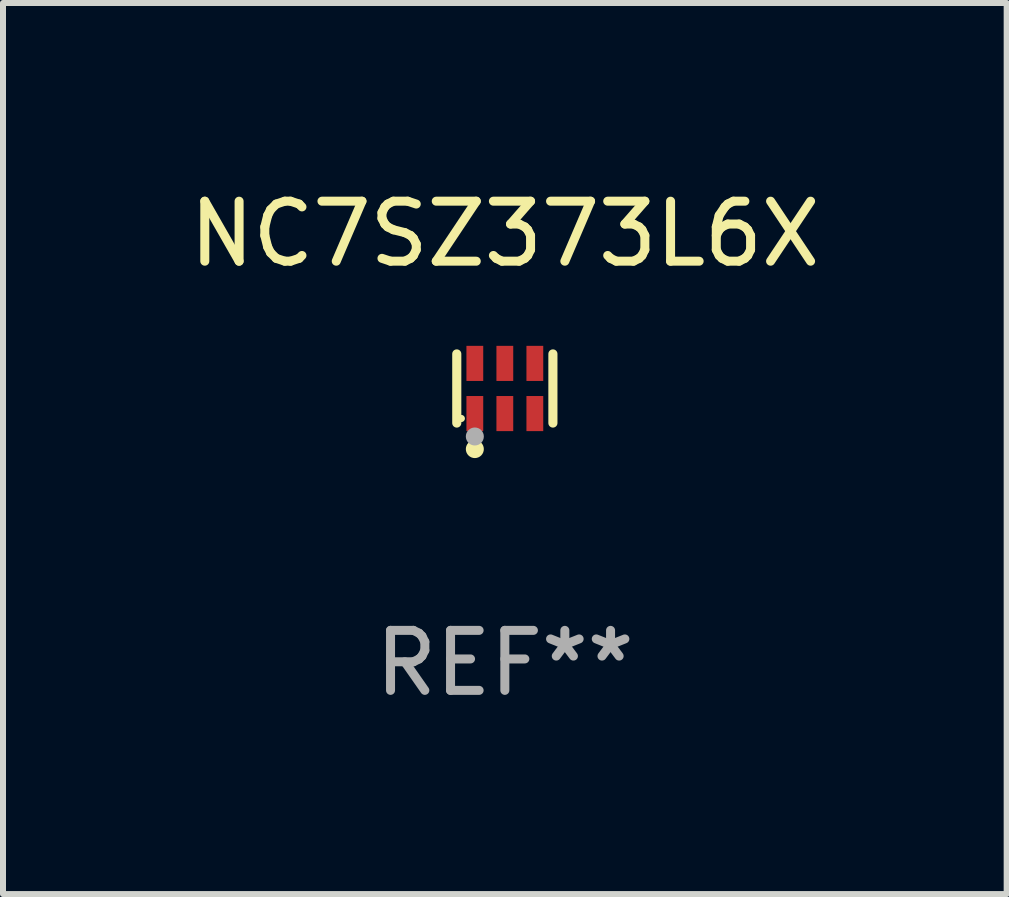
<source format=kicad_pcb>
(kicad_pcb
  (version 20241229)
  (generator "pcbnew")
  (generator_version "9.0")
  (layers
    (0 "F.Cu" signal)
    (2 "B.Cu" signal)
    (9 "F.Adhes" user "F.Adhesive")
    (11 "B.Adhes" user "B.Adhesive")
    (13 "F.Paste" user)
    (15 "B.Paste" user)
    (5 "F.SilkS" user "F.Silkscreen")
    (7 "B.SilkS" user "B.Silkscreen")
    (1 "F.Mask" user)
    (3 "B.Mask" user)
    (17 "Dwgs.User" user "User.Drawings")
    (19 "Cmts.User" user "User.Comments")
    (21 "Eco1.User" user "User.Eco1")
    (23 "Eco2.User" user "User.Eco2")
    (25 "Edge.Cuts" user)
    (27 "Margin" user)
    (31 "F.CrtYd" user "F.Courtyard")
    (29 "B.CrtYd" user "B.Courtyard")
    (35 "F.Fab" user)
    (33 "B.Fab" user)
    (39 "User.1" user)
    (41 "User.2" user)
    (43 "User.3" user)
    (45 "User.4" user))
  (footprint "NC7SZ373L6X"
    (layer "F.Cu")
    (at 5.363 3.424)
    (property "Reference" "NC7SZ373L6X" (at 0 -2.576 0) (layer "F.SilkS") (effects (font (size 1 1) (thickness 0.15))))
    (attr through_hole)
    (fp_line (start -0.801 0.576) (end -0.801 -0.576) (stroke (width 0.152) (type solid)) (layer "F.SilkS"))
    (fp_line (start 0.801 0.576) (end 0.801 -0.576) (stroke (width 0.152) (type solid)) (layer "F.SilkS"))
    (fp_circle (center -0.725 0.5) (end -0.695 0.5) (stroke (width 0.06) (type solid)) (fill no) (layer "F.SilkS"))
    (fp_circle (center -0.5 1.01) (end -0.425 1.01) (stroke (width 0.15) (type solid)) (fill no) (layer "F.SilkS"))
    (fp_circle (center -0.5 0.8) (end -0.425 0.8) (stroke (width 0.15) (type solid)) (fill no) (layer "F.Fab"))
    (fp_text user "REF**" (at 0 4.576 0) (layer "F.Fab") (effects (font (size 1 1) (thickness 0.15))))
    (pad "1" smd rect (at -0.5 0.418) (size 0.28 0.585) (layers "F.Cu" "F.Mask" "F.Paste"))
    (pad "2" smd rect (at 0 0.418) (size 0.28 0.585) (layers "F.Cu" "F.Mask" "F.Paste"))
    (pad "3" smd rect (at 0.5 0.418) (size 0.28 0.585) (layers "F.Cu" "F.Mask" "F.Paste"))
    (pad "4" smd rect (at 0.5 -0.418) (size 0.28 0.585) (layers "F.Cu" "F.Mask" "F.Paste"))
    (pad "5" smd rect (at 0 -0.418) (size 0.28 0.585) (layers "F.Cu" "F.Mask" "F.Paste"))
    (pad "6" smd rect (at -0.5 -0.418) (size 0.28 0.585) (layers "F.Cu" "F.Mask" "F.Paste")))
  (gr_rect
    (start -3 -3)
    (end 13.726 11.849)
    (stroke (width 0.1) (type default))
    (fill no)
    (layer "Edge.Cuts")))
</source>
